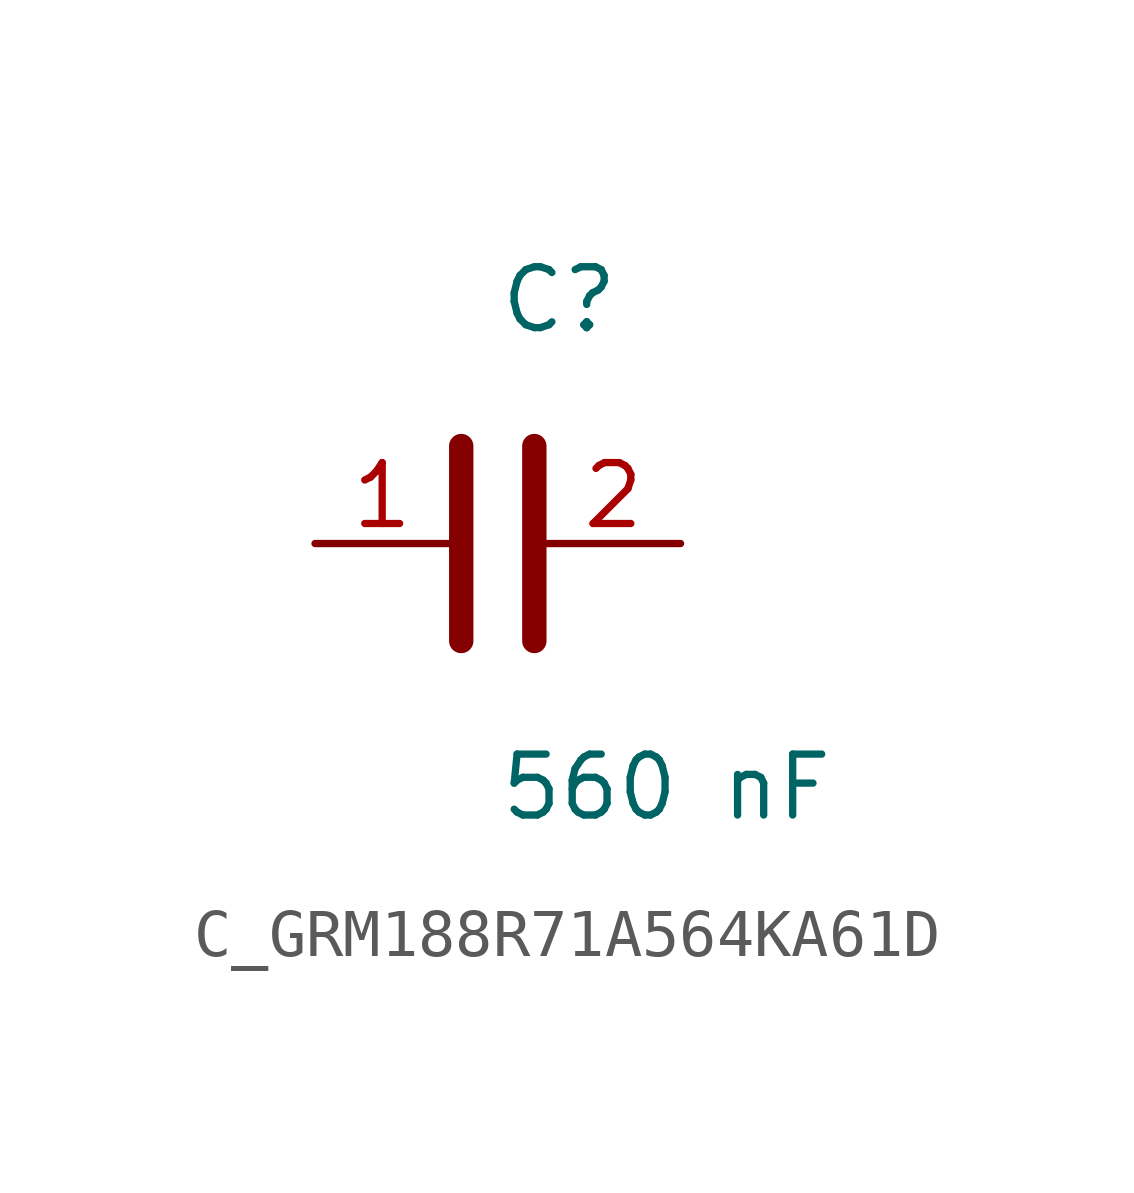
<source format=kicad_sym>
(kicad_symbol_lib
  (version 20231120)
  (generator kicad_symbol_editor)
  (generator_version 8.0)
  (symbol "C_GRM188R71A564KA61D"
    (pin_names
      (offset 0.254))
    (property "Reference" "C"
      (at 0 5.08 0)
      (effects (font (size 1.27 1.27)) (justify left)))
    (property "Value" "560 nF"
      (at 0 -5.08 0)
      (effects (font (size 1.27 1.27)) (justify left)))
    (symbol "C_GRM188R71A564KA61D_0_1"
      (polyline (pts (xy -0.762 -2.032) (xy -0.762 2.032)) (stroke (width 0.508) (type default)) (fill (type none)))
      (polyline (pts (xy 0.762 -2.032) (xy 0.762 2.032)) (stroke (width 0.508) (type default)) (fill (type none))))
    (pin unspecified line
      (at -3.81 0 0)
      (length 2.8)
      (name "" (effects (font (size 1.27 1.27))))
      (number "1" (effects (font (size 1.27 1.27)))))
    (pin unspecified line
      (at 3.81 0 180)
      (length 2.8)
      (name "" (effects (font (size 1.27 1.27))))
      (number "2" (effects (font (size 1.27 1.27)))))))
</source>
